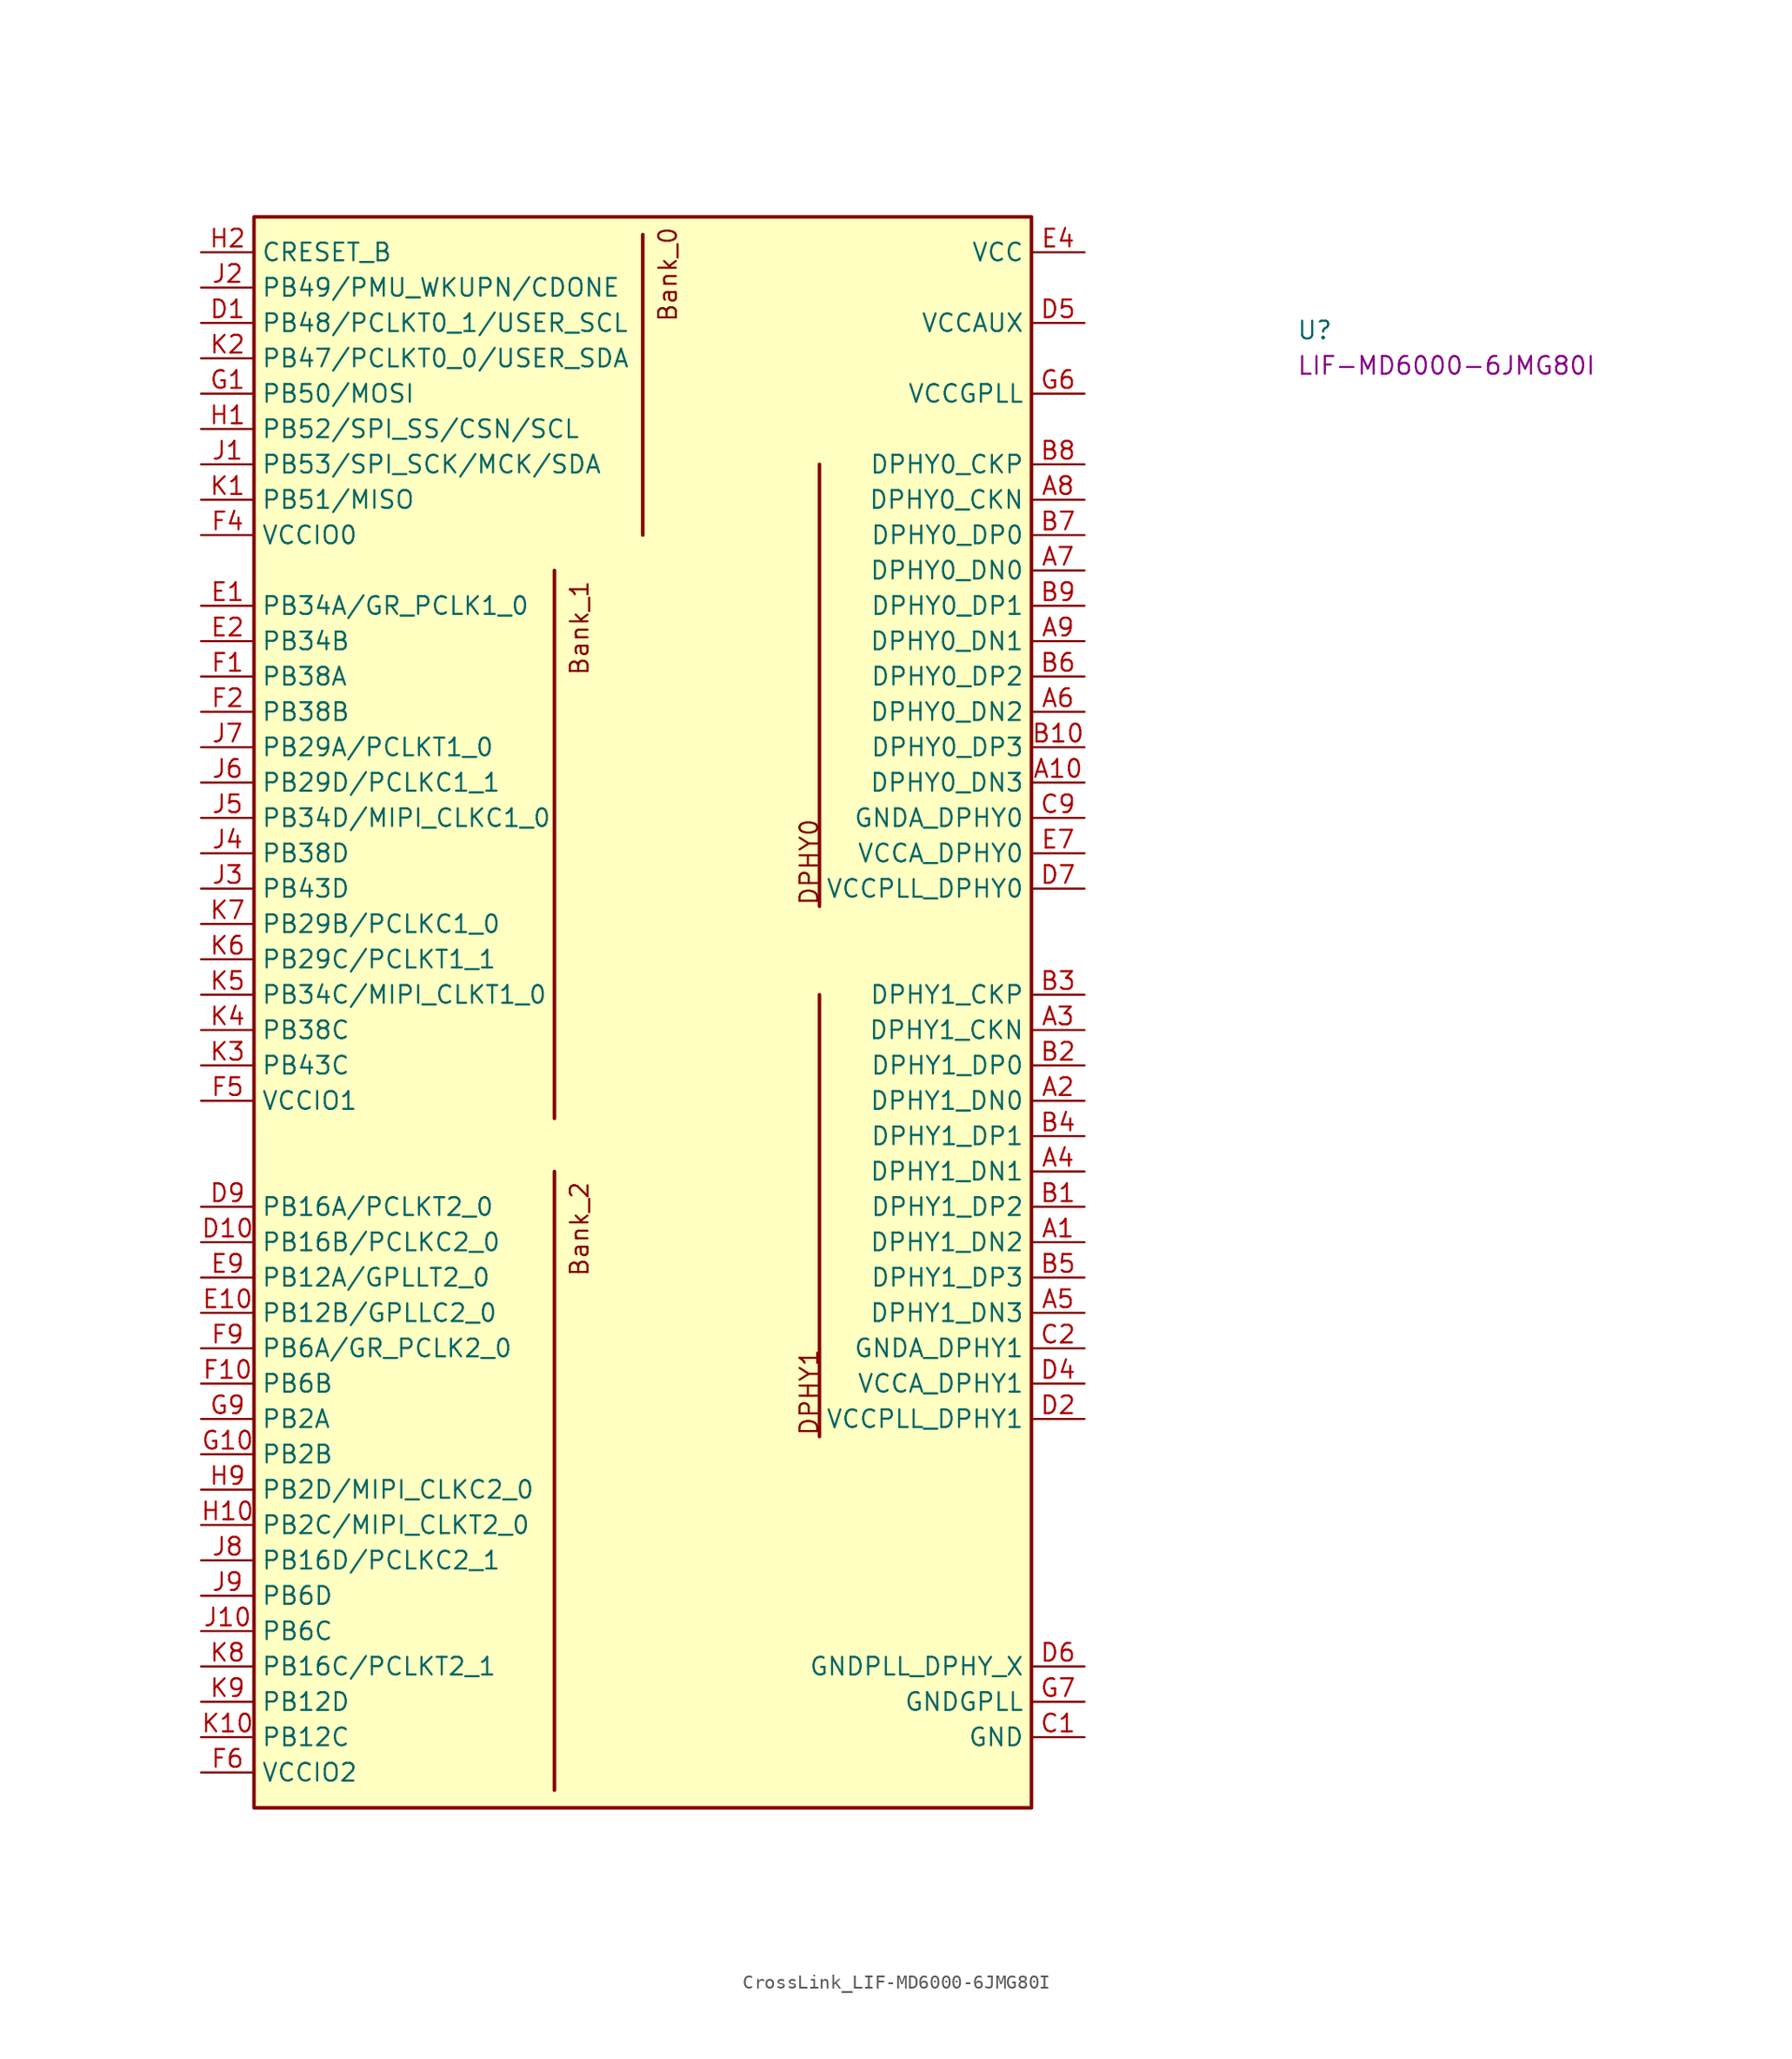
<source format=kicad_sym>
(kicad_symbol_lib
  (version 20220914)
  (generator kicad_symbol_editor)
  (symbol "CrossLink_LIF-MD6000-6JMG80I"
    (property "Reference" "U"
      (at 78.74 -6.35 0)
      (effects (font (size 1.27 1.27) (thickness 0.15)) (justify left bottom)))
    (property "MPN" "LIF-MD6000-6JMG80I"
      (at 78.74 -8.89 0)
      (effects (font (size 1.27 1.27) (thickness 0.15)) (justify left bottom)))
    (symbol "CrossLink_LIF-MD6000-6JMG80I_1_1"
      (polyline (pts (xy 25.4 -66.04) (xy 25.4 -110.49)) (stroke (width 0.254) (type default)) (fill (type background)))
      (polyline (pts (xy 25.4 -22.86) (xy 25.4 -62.23)) (stroke (width 0.254) (type default)) (fill (type background)))
      (polyline (pts (xy 31.75 -20.32) (xy 31.75 1.27)) (stroke (width 0.254) (type default)) (fill (type background)))
      (polyline (pts (xy 44.45 -53.34) (xy 44.45 -85.09)) (stroke (width 0.254) (type default)) (fill (type background)))
      (polyline (pts (xy 44.45 -46.99) (xy 44.45 -15.24)) (stroke (width 0.254) (type default)) (fill (type background)))
      (rectangle (start 3.81 2.54) (end 59.69 -111.76) (stroke (width 0.254) (type default)) (fill (type background)))
      (text "Bank_0" (at 34.29 -5.08 900) (effects (font (size 1.27 1.27) (thickness 0.15)) (justify left bottom)))
      (text "Bank_1" (at 27.94 -30.48 900) (effects (font (size 1.27 1.27) (thickness 0.15)) (justify left bottom)))
      (text "Bank_2" (at 27.94 -73.66 900) (effects (font (size 1.27 1.27) (thickness 0.15)) (justify left bottom)))
      (text "DPHY0" (at 44.45 -46.99 900) (effects (font (size 1.27 1.27) (thickness 0.15)) (justify left bottom)))
      (text "DPHY1" (at 44.45 -85.09 900) (effects (font (size 1.27 1.27) (thickness 0.15)) (justify left bottom)))
      (pin bidirectional line (at 63.5 -71.12 180) (length 3.81) (name "DPHY1_DN2" (effects (font (size 1.27 1.27)))) (number "A1" (effects (font (size 1.27 1.27)))))
      (pin bidirectional line (at 63.5 -38.1 180) (length 3.81) (name "DPHY0_DN3" (effects (font (size 1.27 1.27)))) (number "A10" (effects (font (size 1.27 1.27)))))
      (pin bidirectional line (at 63.5 -60.96 180) (length 3.81) (name "DPHY1_DN0" (effects (font (size 1.27 1.27)))) (number "A2" (effects (font (size 1.27 1.27)))))
      (pin bidirectional line (at 63.5 -55.88 180) (length 3.81) (name "DPHY1_CKN" (effects (font (size 1.27 1.27)))) (number "A3" (effects (font (size 1.27 1.27)))))
      (pin bidirectional line (at 63.5 -66.04 180) (length 3.81) (name "DPHY1_DN1" (effects (font (size 1.27 1.27)))) (number "A4" (effects (font (size 1.27 1.27)))))
      (pin bidirectional line (at 63.5 -76.2 180) (length 3.81) (name "DPHY1_DN3" (effects (font (size 1.27 1.27)))) (number "A5" (effects (font (size 1.27 1.27)))))
      (pin bidirectional line (at 63.5 -33.02 180) (length 3.81) (name "DPHY0_DN2" (effects (font (size 1.27 1.27)))) (number "A6" (effects (font (size 1.27 1.27)))))
      (pin bidirectional line (at 63.5 -22.86 180) (length 3.81) (name "DPHY0_DN0" (effects (font (size 1.27 1.27)))) (number "A7" (effects (font (size 1.27 1.27)))))
      (pin bidirectional line (at 63.5 -17.78 180) (length 3.81) (name "DPHY0_CKN" (effects (font (size 1.27 1.27)))) (number "A8" (effects (font (size 1.27 1.27)))))
      (pin bidirectional line (at 63.5 -27.94 180) (length 3.81) (name "DPHY0_DN1" (effects (font (size 1.27 1.27)))) (number "A9" (effects (font (size 1.27 1.27)))))
      (pin bidirectional line (at 63.5 -68.58 180) (length 3.81) (name "DPHY1_DP2" (effects (font (size 1.27 1.27)))) (number "B1" (effects (font (size 1.27 1.27)))))
      (pin bidirectional line (at 63.5 -35.56 180) (length 3.81) (name "DPHY0_DP3" (effects (font (size 1.27 1.27)))) (number "B10" (effects (font (size 1.27 1.27)))))
      (pin bidirectional line (at 63.5 -58.42 180) (length 3.81) (name "DPHY1_DP0" (effects (font (size 1.27 1.27)))) (number "B2" (effects (font (size 1.27 1.27)))))
      (pin bidirectional line (at 63.5 -53.34 180) (length 3.81) (name "DPHY1_CKP" (effects (font (size 1.27 1.27)))) (number "B3" (effects (font (size 1.27 1.27)))))
      (pin bidirectional line (at 63.5 -63.5 180) (length 3.81) (name "DPHY1_DP1" (effects (font (size 1.27 1.27)))) (number "B4" (effects (font (size 1.27 1.27)))))
      (pin bidirectional line (at 63.5 -73.66 180) (length 3.81) (name "DPHY1_DP3" (effects (font (size 1.27 1.27)))) (number "B5" (effects (font (size 1.27 1.27)))))
      (pin bidirectional line (at 63.5 -30.48 180) (length 3.81) (name "DPHY0_DP2" (effects (font (size 1.27 1.27)))) (number "B6" (effects (font (size 1.27 1.27)))))
      (pin bidirectional line (at 63.5 -20.32 180) (length 3.81) (name "DPHY0_DP0" (effects (font (size 1.27 1.27)))) (number "B7" (effects (font (size 1.27 1.27)))))
      (pin bidirectional line (at 63.5 -15.24 180) (length 3.81) (name "DPHY0_CKP" (effects (font (size 1.27 1.27)))) (number "B8" (effects (font (size 1.27 1.27)))))
      (pin bidirectional line (at 63.5 -25.4 180) (length 3.81) (name "DPHY0_DP1" (effects (font (size 1.27 1.27)))) (number "B9" (effects (font (size 1.27 1.27)))))
      (pin power_in line (at 63.5 -106.68 180) (length 3.81) (name "GND" (effects (font (size 1.27 1.27)))) (number "C1" (effects (font (size 1.27 1.27)))))
      (pin passive line (at 63.5 -106.68 180) (length 3.81) hide (name "GND" (effects (font (size 1.27 1.27)))) (number "C10" (effects (font (size 1.27 1.27)))))
      (pin power_in line (at 63.5 -78.74 180) (length 3.81) (name "GNDA_DPHY1" (effects (font (size 1.27 1.27)))) (number "C2" (effects (font (size 1.27 1.27)))))
      (pin power_in line (at 63.5 -40.64 180) (length 3.81) (name "GNDA_DPHY0" (effects (font (size 1.27 1.27)))) (number "C9" (effects (font (size 1.27 1.27)))))
      (pin bidirectional line (at 0 -5.08 0) (length 3.81) (name "PB48/PCLKT0_1/USER_SCL" (effects (font (size 1.27 1.27)))) (number "D1" (effects (font (size 1.27 1.27)))))
      (pin bidirectional line (at 0 -71.12 0) (length 3.81) (name "PB16B/PCLKC2_0" (effects (font (size 1.27 1.27)))) (number "D10" (effects (font (size 1.27 1.27)))))
      (pin power_in line (at 63.5 -83.82 180) (length 3.81) (name "VCCPLL_DPHY1" (effects (font (size 1.27 1.27)))) (number "D2" (effects (font (size 1.27 1.27)))))
      (pin power_in line (at 63.5 -81.28 180) (length 3.81) (name "VCCA_DPHY1" (effects (font (size 1.27 1.27)))) (number "D4" (effects (font (size 1.27 1.27)))))
      (pin power_in line (at 63.5 -5.08 180) (length 3.81) (name "VCCAUX" (effects (font (size 1.27 1.27)))) (number "D5" (effects (font (size 1.27 1.27)))))
      (pin power_in line (at 63.5 -101.6 180) (length 3.81) (name "GNDPLL_DPHY_X" (effects (font (size 1.27 1.27)))) (number "D6" (effects (font (size 1.27 1.27)))))
      (pin bidirectional line (at 63.5 -45.72 180) (length 3.81) (name "VCCPLL_DPHY0" (effects (font (size 1.27 1.27)))) (number "D7" (effects (font (size 1.27 1.27)))))
      (pin bidirectional line (at 0 -68.58 0) (length 3.81) (name "PB16A/PCLKT2_0" (effects (font (size 1.27 1.27)))) (number "D9" (effects (font (size 1.27 1.27)))))
      (pin input line (at 0 -25.4 0) (length 3.81) (name "PB34A/GR_PCLK1_0" (effects (font (size 1.27 1.27)))) (number "E1" (effects (font (size 1.27 1.27)))))
      (pin input line (at 0 -76.2 0) (length 3.81) (name "PB12B/GPLLC2_0" (effects (font (size 1.27 1.27)))) (number "E10" (effects (font (size 1.27 1.27)))))
      (pin bidirectional line (at 0 -27.94 0) (length 3.81) (name "PB34B" (effects (font (size 1.27 1.27)))) (number "E2" (effects (font (size 1.27 1.27)))))
      (pin power_in line (at 63.5 0 180) (length 3.81) (name "VCC" (effects (font (size 1.27 1.27)))) (number "E4" (effects (font (size 1.27 1.27)))))
      (pin passive line (at 63.5 -106.68 180) (length 3.81) hide (name "GND" (effects (font (size 1.27 1.27)))) (number "E5" (effects (font (size 1.27 1.27)))))
      (pin passive line (at 63.5 0 180) (length 3.81) hide (name "VCC" (effects (font (size 1.27 1.27)))) (number "E6" (effects (font (size 1.27 1.27)))))
      (pin power_in line (at 63.5 -43.18 180) (length 3.81) (name "VCCA_DPHY0" (effects (font (size 1.27 1.27)))) (number "E7" (effects (font (size 1.27 1.27)))))
      (pin input line (at 0 -73.66 0) (length 3.81) (name "PB12A/GPLLT2_0" (effects (font (size 1.27 1.27)))) (number "E9" (effects (font (size 1.27 1.27)))))
      (pin bidirectional line (at 0 -30.48 0) (length 3.81) (name "PB38A" (effects (font (size 1.27 1.27)))) (number "F1" (effects (font (size 1.27 1.27)))))
      (pin bidirectional line (at 0 -81.28 0) (length 3.81) (name "PB6B" (effects (font (size 1.27 1.27)))) (number "F10" (effects (font (size 1.27 1.27)))))
      (pin bidirectional line (at 0 -33.02 0) (length 3.81) (name "PB38B" (effects (font (size 1.27 1.27)))) (number "F2" (effects (font (size 1.27 1.27)))))
      (pin power_in line (at 0 -20.32 0) (length 3.81) (name "VCCIO0" (effects (font (size 1.27 1.27)))) (number "F4" (effects (font (size 1.27 1.27)))))
      (pin power_in line (at 0 -60.96 0) (length 3.81) (name "VCCIO1" (effects (font (size 1.27 1.27)))) (number "F5" (effects (font (size 1.27 1.27)))))
      (pin power_in line (at 0 -109.22 0) (length 3.81) (name "VCCIO2" (effects (font (size 1.27 1.27)))) (number "F6" (effects (font (size 1.27 1.27)))))
      (pin passive line (at 0 -109.22 0) (length 3.81) hide (name "VCCIO2" (effects (font (size 1.27 1.27)))) (number "F7" (effects (font (size 1.27 1.27)))))
      (pin input line (at 0 -78.74 0) (length 3.81) (name "PB6A/GR_PCLK2_0" (effects (font (size 1.27 1.27)))) (number "F9" (effects (font (size 1.27 1.27)))))
      (pin bidirectional line (at 0 -10.16 0) (length 3.81) (name "PB50/MOSI" (effects (font (size 1.27 1.27)))) (number "G1" (effects (font (size 1.27 1.27)))))
      (pin bidirectional line (at 0 -86.36 0) (length 3.81) (name "PB2B" (effects (font (size 1.27 1.27)))) (number "G10" (effects (font (size 1.27 1.27)))))
      (pin passive line (at 63.5 -106.68 180) (length 3.81) hide (name "GND" (effects (font (size 1.27 1.27)))) (number "G2" (effects (font (size 1.27 1.27)))))
      (pin passive line (at 0 -60.96 0) (length 3.81) hide (name "VCCIO1" (effects (font (size 1.27 1.27)))) (number "G4" (effects (font (size 1.27 1.27)))))
      (pin passive line (at 63.5 -106.68 180) (length 3.81) hide (name "GND" (effects (font (size 1.27 1.27)))) (number "G5" (effects (font (size 1.27 1.27)))))
      (pin power_in line (at 63.5 -10.16 180) (length 3.81) (name "VCCGPLL" (effects (font (size 1.27 1.27)))) (number "G6" (effects (font (size 1.27 1.27)))))
      (pin power_in line (at 63.5 -104.14 180) (length 3.81) (name "GNDGPLL" (effects (font (size 1.27 1.27)))) (number "G7" (effects (font (size 1.27 1.27)))))
      (pin bidirectional line (at 0 -83.82 0) (length 3.81) (name "PB2A" (effects (font (size 1.27 1.27)))) (number "G9" (effects (font (size 1.27 1.27)))))
      (pin bidirectional line (at 0 -12.7 0) (length 3.81) (name "PB52/SPI_SS/CSN/SCL" (effects (font (size 1.27 1.27)))) (number "H1" (effects (font (size 1.27 1.27)))))
      (pin bidirectional line (at 0 -91.44 0) (length 3.81) (name "PB2C/MIPI_CLKT2_0" (effects (font (size 1.27 1.27)))) (number "H10" (effects (font (size 1.27 1.27)))))
      (pin input line (at 0 0 0) (length 3.81) (name "CRESET_B" (effects (font (size 1.27 1.27)))) (number "H2" (effects (font (size 1.27 1.27)))))
      (pin bidirectional line (at 0 -88.9 0) (length 3.81) (name "PB2D/MIPI_CLKC2_0" (effects (font (size 1.27 1.27)))) (number "H9" (effects (font (size 1.27 1.27)))))
      (pin bidirectional line (at 0 -15.24 0) (length 3.81) (name "PB53/SPI_SCK/MCK/SDA" (effects (font (size 1.27 1.27)))) (number "J1" (effects (font (size 1.27 1.27)))))
      (pin bidirectional line (at 0 -99.06 0) (length 3.81) (name "PB6C" (effects (font (size 1.27 1.27)))) (number "J10" (effects (font (size 1.27 1.27)))))
      (pin passive line (at 0 -2.54 0) (length 3.81) (name "PB49/PMU_WKUPN/CDONE" (effects (font (size 1.27 1.27)))) (number "J2" (effects (font (size 1.27 1.27)))))
      (pin bidirectional line (at 0 -45.72 0) (length 3.81) (name "PB43D" (effects (font (size 1.27 1.27)))) (number "J3" (effects (font (size 1.27 1.27)))))
      (pin bidirectional line (at 0 -43.18 0) (length 3.81) (name "PB38D" (effects (font (size 1.27 1.27)))) (number "J4" (effects (font (size 1.27 1.27)))))
      (pin bidirectional line (at 0 -40.64 0) (length 3.81) (name "PB34D/MIPI_CLKC1_0" (effects (font (size 1.27 1.27)))) (number "J5" (effects (font (size 1.27 1.27)))))
      (pin bidirectional line (at 0 -38.1 0) (length 3.81) (name "PB29D/PCLKC1_1" (effects (font (size 1.27 1.27)))) (number "J6" (effects (font (size 1.27 1.27)))))
      (pin bidirectional line (at 0 -35.56 0) (length 3.81) (name "PB29A/PCLKT1_0" (effects (font (size 1.27 1.27)))) (number "J7" (effects (font (size 1.27 1.27)))))
      (pin bidirectional line (at 0 -93.98 0) (length 3.81) (name "PB16D/PCLKC2_1" (effects (font (size 1.27 1.27)))) (number "J8" (effects (font (size 1.27 1.27)))))
      (pin bidirectional line (at 0 -96.52 0) (length 3.81) (name "PB6D" (effects (font (size 1.27 1.27)))) (number "J9" (effects (font (size 1.27 1.27)))))
      (pin bidirectional line (at 0 -17.78 0) (length 3.81) (name "PB51/MISO" (effects (font (size 1.27 1.27)))) (number "K1" (effects (font (size 1.27 1.27)))))
      (pin bidirectional line (at 0 -106.68 0) (length 3.81) (name "PB12C" (effects (font (size 1.27 1.27)))) (number "K10" (effects (font (size 1.27 1.27)))))
      (pin bidirectional line (at 0 -7.62 0) (length 3.81) (name "PB47/PCLKT0_0/USER_SDA" (effects (font (size 1.27 1.27)))) (number "K2" (effects (font (size 1.27 1.27)))))
      (pin bidirectional line (at 0 -58.42 0) (length 3.81) (name "PB43C" (effects (font (size 1.27 1.27)))) (number "K3" (effects (font (size 1.27 1.27)))))
      (pin bidirectional line (at 0 -55.88 0) (length 3.81) (name "PB38C" (effects (font (size 1.27 1.27)))) (number "K4" (effects (font (size 1.27 1.27)))))
      (pin bidirectional line (at 0 -53.34 0) (length 3.81) (name "PB34C/MIPI_CLKT1_0" (effects (font (size 1.27 1.27)))) (number "K5" (effects (font (size 1.27 1.27)))))
      (pin bidirectional line (at 0 -50.8 0) (length 3.81) (name "PB29C/PCLKT1_1" (effects (font (size 1.27 1.27)))) (number "K6" (effects (font (size 1.27 1.27)))))
      (pin bidirectional line (at 0 -48.26 0) (length 3.81) (name "PB29B/PCLKC1_0" (effects (font (size 1.27 1.27)))) (number "K7" (effects (font (size 1.27 1.27)))))
      (pin bidirectional line (at 0 -101.6 0) (length 3.81) (name "PB16C/PCLKT2_1" (effects (font (size 1.27 1.27)))) (number "K8" (effects (font (size 1.27 1.27)))))
      (pin bidirectional line (at 0 -104.14 0) (length 3.81) (name "PB12D" (effects (font (size 1.27 1.27)))) (number "K9" (effects (font (size 1.27 1.27))))))))
</source>
